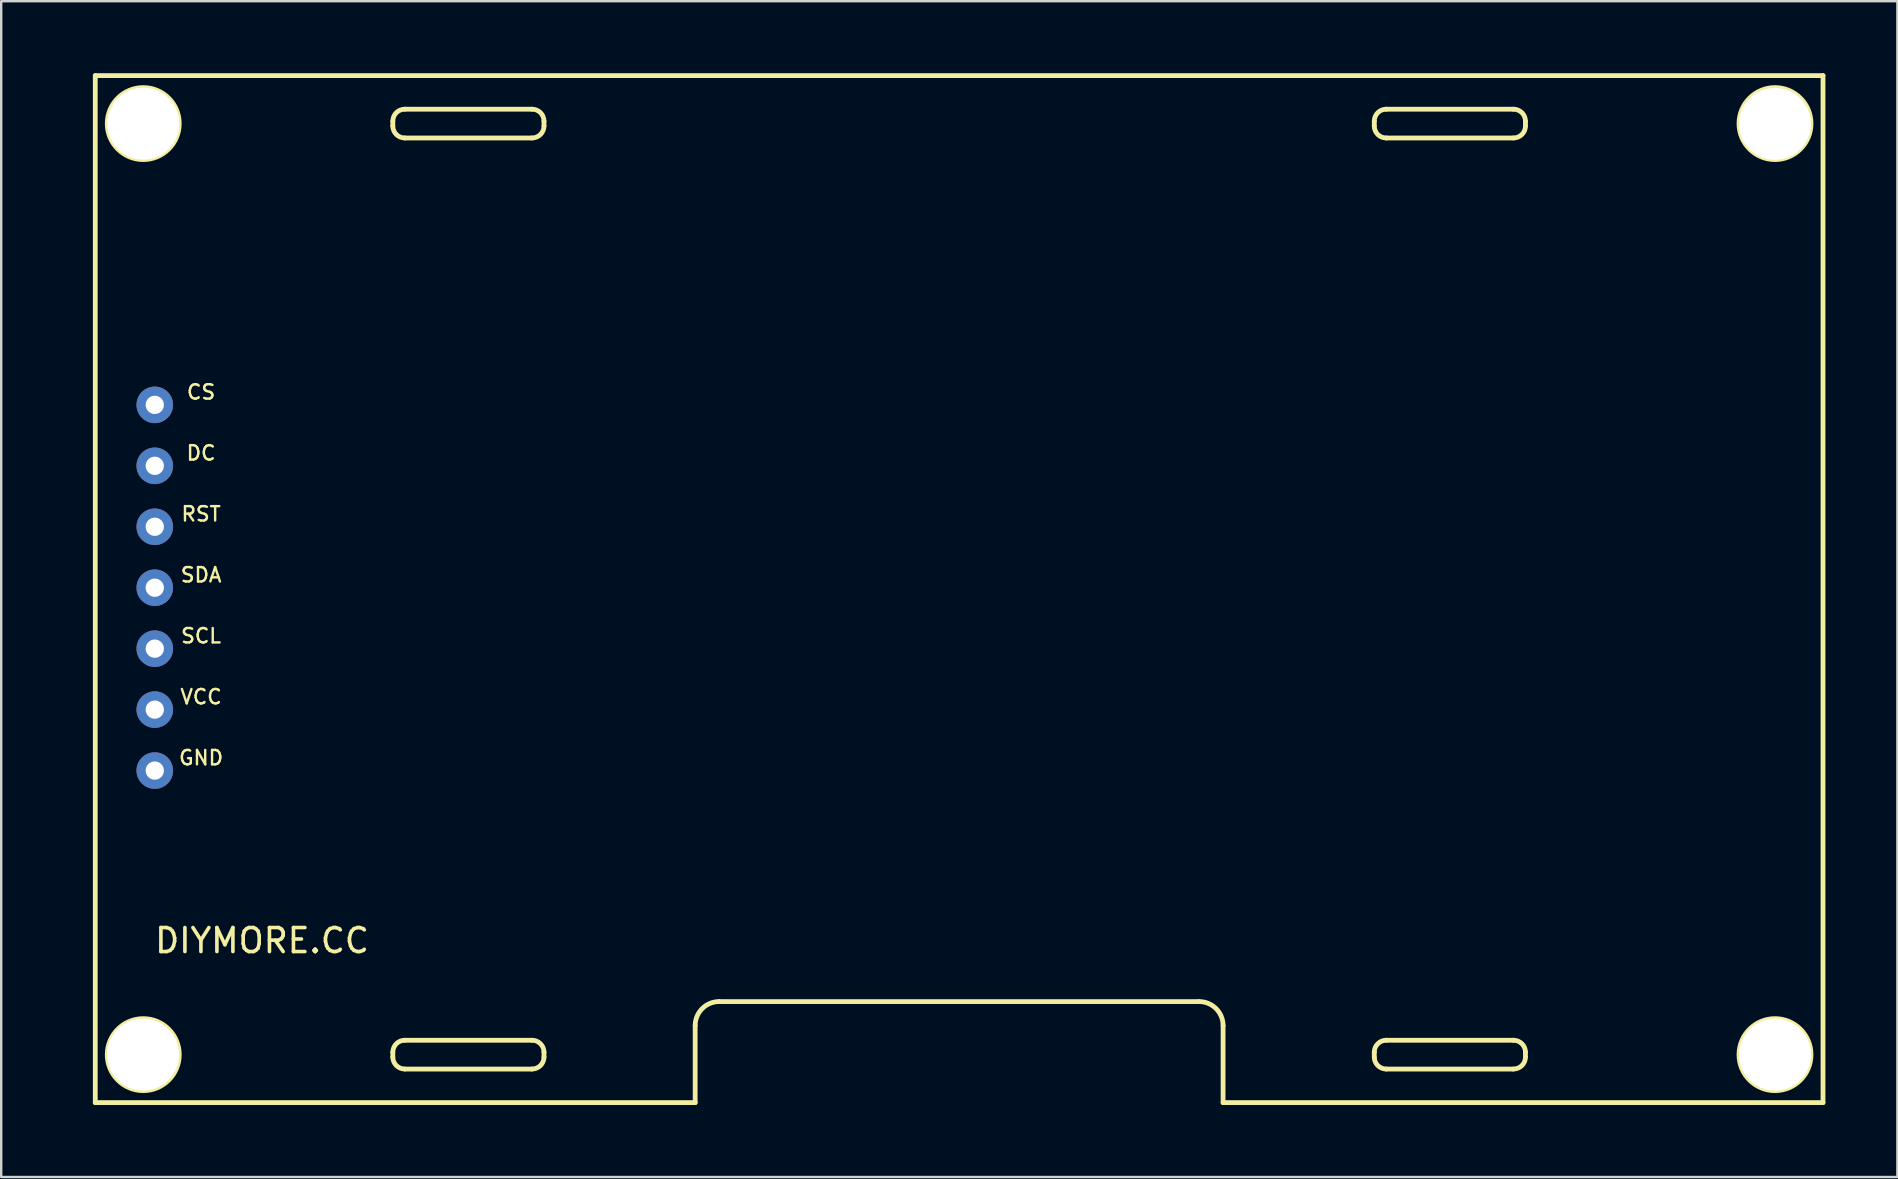
<source format=kicad_pcb>
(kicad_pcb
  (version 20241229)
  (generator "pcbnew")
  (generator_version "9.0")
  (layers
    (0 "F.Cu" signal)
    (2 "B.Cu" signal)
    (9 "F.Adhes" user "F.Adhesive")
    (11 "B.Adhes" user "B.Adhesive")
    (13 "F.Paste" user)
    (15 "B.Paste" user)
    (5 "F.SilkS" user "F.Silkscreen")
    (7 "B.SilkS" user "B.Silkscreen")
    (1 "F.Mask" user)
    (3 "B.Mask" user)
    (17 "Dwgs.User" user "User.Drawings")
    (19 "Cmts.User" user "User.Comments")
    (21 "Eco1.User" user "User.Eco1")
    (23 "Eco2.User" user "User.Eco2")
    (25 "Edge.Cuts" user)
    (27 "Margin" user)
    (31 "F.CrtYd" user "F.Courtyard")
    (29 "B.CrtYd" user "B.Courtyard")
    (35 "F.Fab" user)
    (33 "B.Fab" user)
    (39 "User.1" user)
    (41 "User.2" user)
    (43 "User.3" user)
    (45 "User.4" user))
  (footprint "DIYMORE.CC"
    (layer "F.Cu")
    (at 0.25 42.499)
    (property "Reference" "DIYMORE.CC" (at 7.62 -6.35 0) (layer "F.SilkS") (effects (font (size 1 1) (thickness 0.15))))
    (attr through_hole)
    (fp_line (start 0.67 -42.399) (end 0.67 0.401) (stroke (width 0.2) (type solid)) (layer "F.SilkS"))
    (fp_line (start 0.67 0.401) (end 25.67 0.401) (stroke (width 0.2) (type solid)) (layer "F.SilkS"))
    (fp_line (start 13.07 -40.299) (end 13.07 -40.499) (stroke (width 0.2) (type solid)) (layer "F.SilkS"))
    (fp_line (start 13.07 -1.499) (end 13.07 -1.699) (stroke (width 0.2) (type solid)) (layer "F.SilkS"))
    (fp_line (start 13.57 -40.999) (end 18.87 -40.999) (stroke (width 0.2) (type solid)) (layer "F.SilkS"))
    (fp_line (start 13.57 -2.199) (end 18.87 -2.199) (stroke (width 0.2) (type solid)) (layer "F.SilkS"))
    (fp_line (start 18.87 -39.799) (end 13.57 -39.799) (stroke (width 0.2) (type solid)) (layer "F.SilkS"))
    (fp_line (start 18.87 -0.999) (end 13.57 -0.999) (stroke (width 0.2) (type solid)) (layer "F.SilkS"))
    (fp_line (start 19.37 -40.499) (end 19.37 -40.299) (stroke (width 0.2) (type solid)) (layer "F.SilkS"))
    (fp_line (start 19.37 -1.699) (end 19.37 -1.499) (stroke (width 0.2) (type solid)) (layer "F.SilkS"))
    (fp_line (start 25.67 0.401) (end 25.67 -2.81) (stroke (width 0.2) (type solid)) (layer "F.SilkS"))
    (fp_line (start 26.67 -3.81) (end 46.67 -3.81) (stroke (width 0.2) (type solid)) (layer "F.SilkS"))
    (fp_line (start 47.67 -2.81) (end 47.67 0.401) (stroke (width 0.2) (type solid)) (layer "F.SilkS"))
    (fp_line (start 47.67 0.401) (end 72.67 0.401) (stroke (width 0.2) (type solid)) (layer "F.SilkS"))
    (fp_line (start 53.97 -40.299) (end 53.97 -40.499) (stroke (width 0.2) (type solid)) (layer "F.SilkS"))
    (fp_line (start 53.97 -1.499) (end 53.97 -1.699) (stroke (width 0.2) (type solid)) (layer "F.SilkS"))
    (fp_line (start 54.47 -40.999) (end 59.77 -40.999) (stroke (width 0.2) (type solid)) (layer "F.SilkS"))
    (fp_line (start 54.47 -2.199) (end 59.77 -2.199) (stroke (width 0.2) (type solid)) (layer "F.SilkS"))
    (fp_line (start 59.77 -39.799) (end 54.47 -39.799) (stroke (width 0.2) (type solid)) (layer "F.SilkS"))
    (fp_line (start 59.77 -0.999) (end 54.47 -0.999) (stroke (width 0.2) (type solid)) (layer "F.SilkS"))
    (fp_line (start 60.27 -40.499) (end 60.27 -40.299) (stroke (width 0.2) (type solid)) (layer "F.SilkS"))
    (fp_line (start 60.27 -1.699) (end 60.27 -1.499) (stroke (width 0.2) (type solid)) (layer "F.SilkS"))
    (fp_line (start 72.67 -42.399) (end 0.67 -42.399) (stroke (width 0.2) (type solid)) (layer "F.SilkS"))
    (fp_line (start 72.67 0.401) (end 72.67 -42.399) (stroke (width 0.2) (type solid)) (layer "F.SilkS"))
    (fp_arc (start 13.07 -40.499145) (mid 13.216447 -40.852698) (end 13.57 -40.999145) (stroke (width 0.2) (type solid)) (layer "F.SilkS"))
    (fp_arc (start 13.07 -1.699145) (mid 13.216447 -2.052698) (end 13.57 -2.199145) (stroke (width 0.2) (type solid)) (layer "F.SilkS"))
    (fp_arc (start 13.57 -39.799145) (mid 13.216447 -39.945592) (end 13.07 -40.299145) (stroke (width 0.2) (type solid)) (layer "F.SilkS"))
    (fp_arc (start 13.57 -0.999145) (mid 13.216447 -1.145592) (end 13.07 -1.499145) (stroke (width 0.2) (type solid)) (layer "F.SilkS"))
    (fp_arc (start 18.87 -40.999145) (mid 19.223553 -40.852698) (end 19.37 -40.499145) (stroke (width 0.2) (type solid)) (layer "F.SilkS"))
    (fp_arc (start 18.87 -2.199145) (mid 19.223553 -2.052698) (end 19.37 -1.699145) (stroke (width 0.2) (type solid)) (layer "F.SilkS"))
    (fp_arc (start 19.37 -40.299145) (mid 19.223553 -39.945592) (end 18.87 -39.799145) (stroke (width 0.2) (type solid)) (layer "F.SilkS"))
    (fp_arc (start 19.37 -1.499145) (mid 19.223553 -1.145592) (end 18.87 -0.999145) (stroke (width 0.2) (type solid)) (layer "F.SilkS"))
    (fp_arc (start 25.67 -2.81) (mid 25.962893 -3.517107) (end 26.67 -3.81) (stroke (width 0.2) (type solid)) (layer "F.SilkS"))
    (fp_arc (start 46.67 -3.81) (mid 47.377107 -3.517107) (end 47.67 -2.81) (stroke (width 0.2) (type solid)) (layer "F.SilkS"))
    (fp_arc (start 53.97 -40.499145) (mid 54.116447 -40.852698) (end 54.47 -40.999145) (stroke (width 0.2) (type solid)) (layer "F.SilkS"))
    (fp_arc (start 53.97 -1.699145) (mid 54.116447 -2.052698) (end 54.47 -2.199145) (stroke (width 0.2) (type solid)) (layer "F.SilkS"))
    (fp_arc (start 54.47 -39.799145) (mid 54.116447 -39.945592) (end 53.97 -40.299145) (stroke (width 0.2) (type solid)) (layer "F.SilkS"))
    (fp_arc (start 54.47 -0.999145) (mid 54.116447 -1.145592) (end 53.97 -1.499145) (stroke (width 0.2) (type solid)) (layer "F.SilkS"))
    (fp_arc (start 59.77 -40.999145) (mid 60.123553 -40.852698) (end 60.27 -40.499145) (stroke (width 0.2) (type solid)) (layer "F.SilkS"))
    (fp_arc (start 59.77 -2.199145) (mid 60.123553 -2.052698) (end 60.27 -1.699145) (stroke (width 0.2) (type solid)) (layer "F.SilkS"))
    (fp_arc (start 60.27 -40.299145) (mid 60.123553 -39.945592) (end 59.77 -39.799145) (stroke (width 0.2) (type solid)) (layer "F.SilkS"))
    (fp_arc (start 60.27 -1.499145) (mid 60.123553 -1.145592) (end 59.77 -0.999145) (stroke (width 0.2) (type solid)) (layer "F.SilkS"))
    (fp_circle (center 2.67 -40.399) (end 4.17 -40.399) (stroke (width 0.2) (type solid)) (fill no) (layer "F.SilkS"))
    (fp_circle (center 2.67 -1.599) (end 4.17 -1.599) (stroke (width 0.2) (type solid)) (fill no) (layer "F.SilkS"))
    (fp_circle (center 70.67 -40.399) (end 72.17 -40.399) (stroke (width 0.2) (type solid)) (fill no) (layer "F.SilkS"))
    (fp_circle (center 70.67 -1.599) (end 72.17 -1.599) (stroke (width 0.2) (type solid)) (fill no) (layer "F.SilkS"))
    (fp_text user "CS" (at 5.08 -29.21 0) (layer "F.SilkS") (effects (font (size 0.6 0.6) (thickness 0.1))))
    (fp_text user "SDA" (at 5.08 -21.59 0) (layer "F.SilkS") (effects (font (size 0.6 0.6) (thickness 0.1))))
    (fp_text user "GND" (at 5.08 -13.97 0) (layer "F.SilkS") (effects (font (size 0.6 0.6) (thickness 0.1))))
    (fp_text user "VCC" (at 5.08 -16.51 0) (layer "F.SilkS") (effects (font (size 0.6 0.6) (thickness 0.1))))
    (fp_text user "DC" (at 5.08 -26.67 0) (layer "F.SilkS") (effects (font (size 0.6 0.6) (thickness 0.1))))
    (fp_text user "RST" (at 5.08 -24.13 0) (layer "F.SilkS") (effects (font (size 0.6 0.6) (thickness 0.1))))
    (fp_text user "SCL" (at 5.08 -19.05 0) (layer "F.SilkS") (effects (font (size 0.6 0.6) (thickness 0.1))))
    (pad "" np_thru_hole circle (at 2.662 -1.6) (size 3 3) (drill 3) (layers "*.Cu" "*.Mask"))
    (pad "" np_thru_hole circle (at 2.672 -40.396) (size 3 3) (drill 3) (layers "*.Cu" "*.Mask"))
    (pad "" np_thru_hole circle (at 70.668 -40.386) (size 3 3) (drill 3) (layers "*.Cu" "*.Mask"))
    (pad "" np_thru_hole circle (at 70.673 -1.6) (size 3 3) (drill 3) (layers "*.Cu" "*.Mask"))
    (pad "1" thru_hole circle (at 3.15 -13.437) (size 1.524 1.524) (drill 0.762) (layers "*.Cu" "*.Mask"))
    (pad "2" thru_hole circle (at 3.15 -15.977) (size 1.524 1.524) (drill 0.762) (layers "*.Cu" "*.Mask"))
    (pad "3" thru_hole circle (at 3.15 -18.517) (size 1.524 1.524) (drill 0.762) (layers "*.Cu" "*.Mask"))
    (pad "4" thru_hole circle (at 3.15 -21.057) (size 1.524 1.524) (drill 0.762) (layers "*.Cu" "*.Mask"))
    (pad "5" thru_hole circle (at 3.15 -23.597) (size 1.524 1.524) (drill 0.762) (layers "*.Cu" "*.Mask"))
    (pad "6" thru_hole circle (at 3.15 -26.137) (size 1.524 1.524) (drill 0.762) (layers "*.Cu" "*.Mask"))
    (pad "7" thru_hole circle (at 3.15 -28.677) (size 1.524 1.524) (drill 0.762) (layers "*.Cu" "*.Mask")))
  (gr_rect
    (start -3 -3)
    (end 76.02 46)
    (stroke (width 0.1) (type default))
    (fill no)
    (layer "Edge.Cuts")))
</source>
